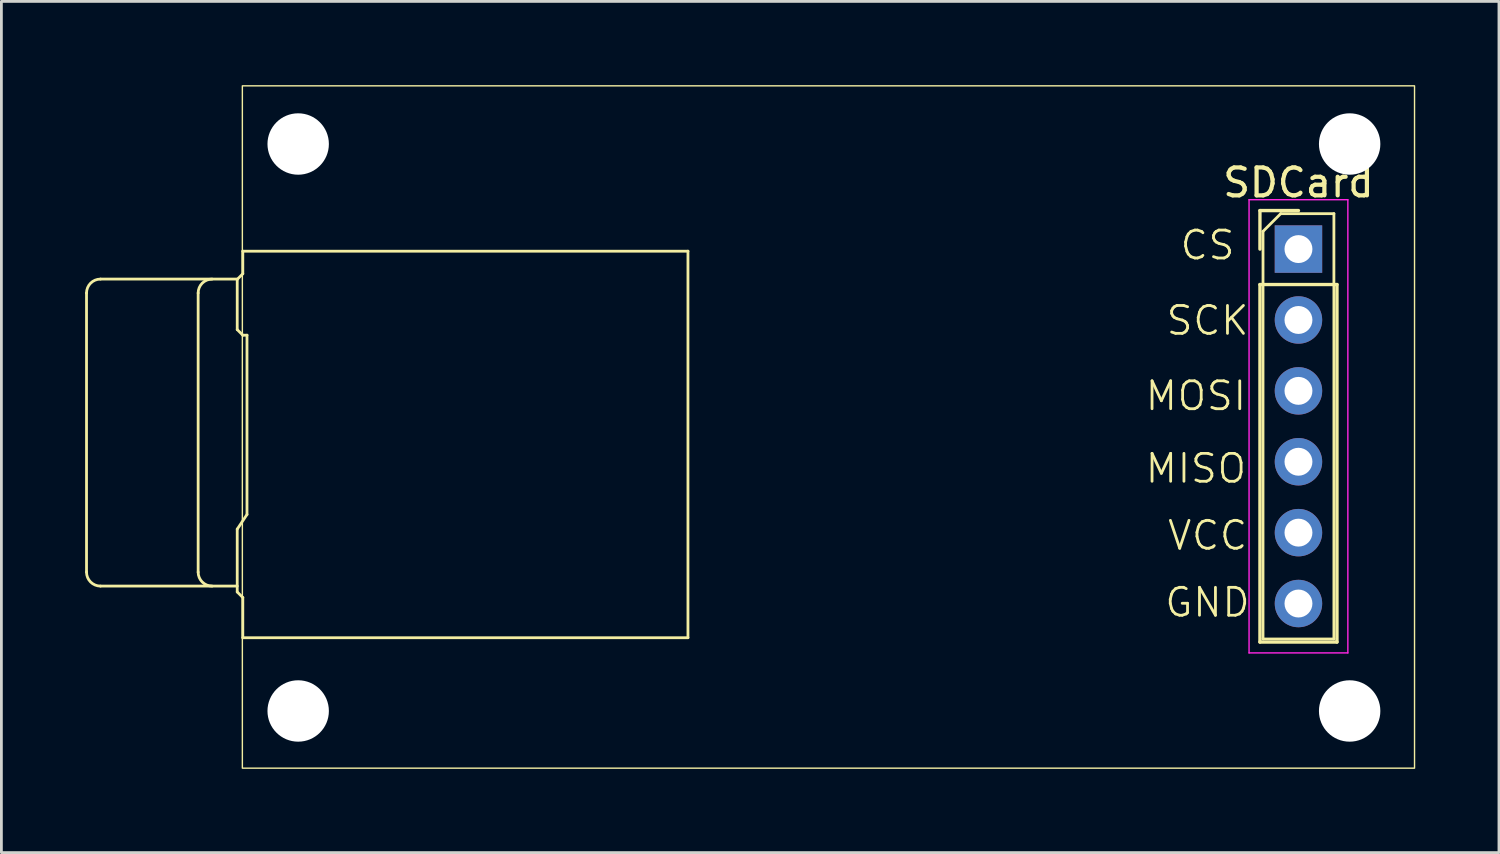
<source format=kicad_pcb>
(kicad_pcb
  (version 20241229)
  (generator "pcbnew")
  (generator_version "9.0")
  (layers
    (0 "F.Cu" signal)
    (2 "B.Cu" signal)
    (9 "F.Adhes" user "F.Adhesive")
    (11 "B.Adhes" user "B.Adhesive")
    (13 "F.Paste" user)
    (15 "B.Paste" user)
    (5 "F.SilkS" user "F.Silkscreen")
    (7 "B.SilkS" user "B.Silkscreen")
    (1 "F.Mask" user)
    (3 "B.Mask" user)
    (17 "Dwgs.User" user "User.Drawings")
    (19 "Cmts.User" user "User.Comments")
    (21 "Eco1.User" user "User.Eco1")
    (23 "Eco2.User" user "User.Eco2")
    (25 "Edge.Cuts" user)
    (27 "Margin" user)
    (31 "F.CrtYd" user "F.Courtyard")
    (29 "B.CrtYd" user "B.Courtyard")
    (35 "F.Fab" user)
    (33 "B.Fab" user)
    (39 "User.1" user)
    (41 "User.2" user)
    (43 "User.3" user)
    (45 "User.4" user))
  (footprint "SDCard"
    (layer "F.Cu")
    (at 43.475 5.875)
    (property "Reference" "SDCard" (at 0 -2.38 0) (layer "F.SilkS") (effects (font (size 1 1) (thickness 0.15))))
    (attr through_hole exclude_from_bom dnp)
    (fp_line (start -43.425 1.575) (end -43.425 11.575) (stroke (width 0.1) (type solid)) (layer "F.SilkS"))
    (fp_line (start -42.925 12.075) (end -38.025 12.075) (stroke (width 0.1) (type solid)) (layer "F.SilkS"))
    (fp_line (start -39.425 1.575) (end -39.425 11.575) (stroke (width 0.1) (type solid)) (layer "F.SilkS"))
    (fp_line (start -38.025 1.075) (end -42.925 1.075) (stroke (width 0.1) (type solid)) (layer "F.SilkS"))
    (fp_line (start -38.025 1.085) (end -37.825 0.885) (stroke (width 0.1) (type solid)) (layer "F.SilkS"))
    (fp_line (start -38.025 2.885) (end -38.025 1.085) (stroke (width 0.1) (type solid)) (layer "F.SilkS"))
    (fp_line (start -38.025 10.035) (end -37.675 9.51) (stroke (width 0.1) (type solid)) (layer "F.SilkS"))
    (fp_line (start -38.025 12.285) (end -38.025 10.035) (stroke (width 0.1) (type solid)) (layer "F.SilkS"))
    (fp_line (start -38.025 12.285) (end -37.825 12.485) (stroke (width 0.1) (type solid)) (layer "F.SilkS"))
    (fp_line (start -37.825 0.885) (end -37.825 0.075) (stroke (width 0.1) (type solid)) (layer "F.SilkS"))
    (fp_line (start -37.825 3.085) (end -38.025 2.885) (stroke (width 0.1) (type solid)) (layer "F.SilkS"))
    (fp_line (start -37.825 3.085) (end -37.675 3.085) (stroke (width 0.1) (type solid)) (layer "F.SilkS"))
    (fp_line (start -37.825 0.075) (end -21.875 0.075) (stroke (width 0.1) (type solid)) (layer "F.SilkS"))
    (fp_line (start -37.825 12.485) (end -37.825 13.925) (stroke (width 0.1) (type solid)) (layer "F.SilkS"))
    (fp_line (start -37.825 13.925) (end -21.875 13.925) (stroke (width 0.1) (type solid)) (layer "F.SilkS"))
    (fp_line (start -37.675 9.51) (end -37.675 3.085) (stroke (width 0.1) (type solid)) (layer "F.SilkS"))
    (fp_line (start -21.875 13.925) (end -21.875 0.075) (stroke (width 0.1) (type solid)) (layer "F.SilkS"))
    (fp_line (start -1.38 -1.38) (end 0 -1.38) (stroke (width 0.12) (type solid)) (layer "F.SilkS"))
    (fp_line (start -1.38 0) (end -1.38 -1.38) (stroke (width 0.12) (type solid)) (layer "F.SilkS"))
    (fp_line (start -1.38 1.27) (end -1.38 14.08) (stroke (width 0.12) (type solid)) (layer "F.SilkS"))
    (fp_line (start -1.38 1.27) (end 1.38 1.27) (stroke (width 0.12) (type solid)) (layer "F.SilkS"))
    (fp_line (start -1.38 14.08) (end 1.38 14.08) (stroke (width 0.12) (type solid)) (layer "F.SilkS"))
    (fp_line (start -1.27 -0.635) (end -0.635 -1.27) (stroke (width 0.1) (type solid)) (layer "F.SilkS"))
    (fp_line (start -1.27 13.97) (end -1.27 -0.635) (stroke (width 0.1) (type solid)) (layer "F.SilkS"))
    (fp_line (start -0.635 -1.27) (end 1.27 -1.27) (stroke (width 0.1) (type solid)) (layer "F.SilkS"))
    (fp_line (start 1.27 -1.27) (end 1.27 13.97) (stroke (width 0.1) (type solid)) (layer "F.SilkS"))
    (fp_line (start 1.27 13.97) (end -1.27 13.97) (stroke (width 0.1) (type solid)) (layer "F.SilkS"))
    (fp_line (start 1.38 1.27) (end 1.38 14.08) (stroke (width 0.12) (type solid)) (layer "F.SilkS"))
    (fp_arc (start -43.425 1.575) (mid -43.278553 1.221447) (end -42.925 1.075) (stroke (width 0.1) (type solid)) (layer "F.SilkS"))
    (fp_arc (start -42.925 12.075) (mid -43.278553 11.928553) (end -43.425 11.575) (stroke (width 0.1) (type solid)) (layer "F.SilkS"))
    (fp_arc (start -39.425 1.575) (mid -39.278553 1.221447) (end -38.925 1.075) (stroke (width 0.1) (type solid)) (layer "F.SilkS"))
    (fp_arc (start -38.925 12.075) (mid -39.278553 11.928553) (end -39.425 11.575) (stroke (width 0.1) (type solid)) (layer "F.SilkS"))
    (fp_poly (pts (xy 4.159 18.6) (xy -37.841 18.6) (xy -37.841 -5.85) (xy 4.159 -5.85)) (stroke (width 0.05) (type solid)) (fill no) (layer "F.SilkS"))
    (fp_line (start -1.77 -1.77) (end -1.77 14.47) (stroke (width 0.05) (type solid)) (layer "F.CrtYd"))
    (fp_line (start -1.77 14.47) (end 1.77 14.47) (stroke (width 0.05) (type solid)) (layer "F.CrtYd"))
    (fp_line (start 1.77 -1.77) (end -1.77 -1.77) (stroke (width 0.05) (type solid)) (layer "F.CrtYd"))
    (fp_line (start 1.77 14.47) (end 1.77 -1.77) (stroke (width 0.05) (type solid)) (layer "F.CrtYd"))
    (fp_text user "GND" (at -4.85 13.247 0) (unlocked yes) (layer "F.SilkS") (effects (font (size 1 1) (thickness 0.1)) (justify left bottom)))
    (fp_text user "SCK" (at -4.8 3.147 0) (unlocked yes) (layer "F.SilkS") (effects (font (size 1 1) (thickness 0.1)) (justify left bottom)))
    (fp_text user "MISO" (at -5.55 8.447 0) (unlocked yes) (layer "F.SilkS") (effects (font (size 1 1) (thickness 0.1)) (justify left bottom)))
    (fp_text user "VCC" (at -4.75 10.847 0) (unlocked yes) (layer "F.SilkS") (effects (font (size 1 1) (thickness 0.1)) (justify left bottom)))
    (fp_text user "CS" (at -4.3 0.447 0) (unlocked yes) (layer "F.SilkS") (effects (font (size 1 1) (thickness 0.1)) (justify left bottom)))
    (fp_text user "MOSI" (at -5.55 5.847 0) (unlocked yes) (layer "F.SilkS") (effects (font (size 1 1) (thickness 0.1)) (justify left bottom)))
    (pad "" np_thru_hole circle (at -35.841 -3.765 180) (size 2.2 2.2) (drill 2.2) (layers "*.Cu" "*.Mask"))
    (pad "" np_thru_hole circle (at -35.841 16.55 180) (size 2.2 2.2) (drill 2.2) (layers "*.Cu" "*.Mask"))
    (pad "" np_thru_hole circle (at 1.834 -3.765 180) (size 2.2 2.2) (drill 2.2) (layers "*.Cu" "*.Mask"))
    (pad "" np_thru_hole circle (at 1.834 16.55 180) (size 2.2 2.2) (drill 2.2) (layers "*.Cu" "*.Mask"))
    (pad "1" thru_hole rect (at 0 0) (size 1.7 1.7) (drill 1) (layers "*.Cu" "*.Mask"))
    (pad "2" thru_hole circle (at 0 2.54) (size 1.7 1.7) (drill 1) (layers "*.Cu" "*.Mask"))
    (pad "3" thru_hole circle (at 0 5.08) (size 1.7 1.7) (drill 1) (layers "*.Cu" "*.Mask"))
    (pad "4" thru_hole circle (at 0 7.62) (size 1.7 1.7) (drill 1) (layers "*.Cu" "*.Mask"))
    (pad "5" thru_hole circle (at 0 10.16) (size 1.7 1.7) (drill 1) (layers "*.Cu" "*.Mask"))
    (pad "6" thru_hole circle (at 0 12.7) (size 1.7 1.7) (drill 1) (layers "*.Cu" "*.Mask")))
  (gr_rect
    (start -3 -3)
    (end 50.659 27.5)
    (stroke (width 0.1) (type default))
    (fill no)
    (layer "Edge.Cuts")))
</source>
